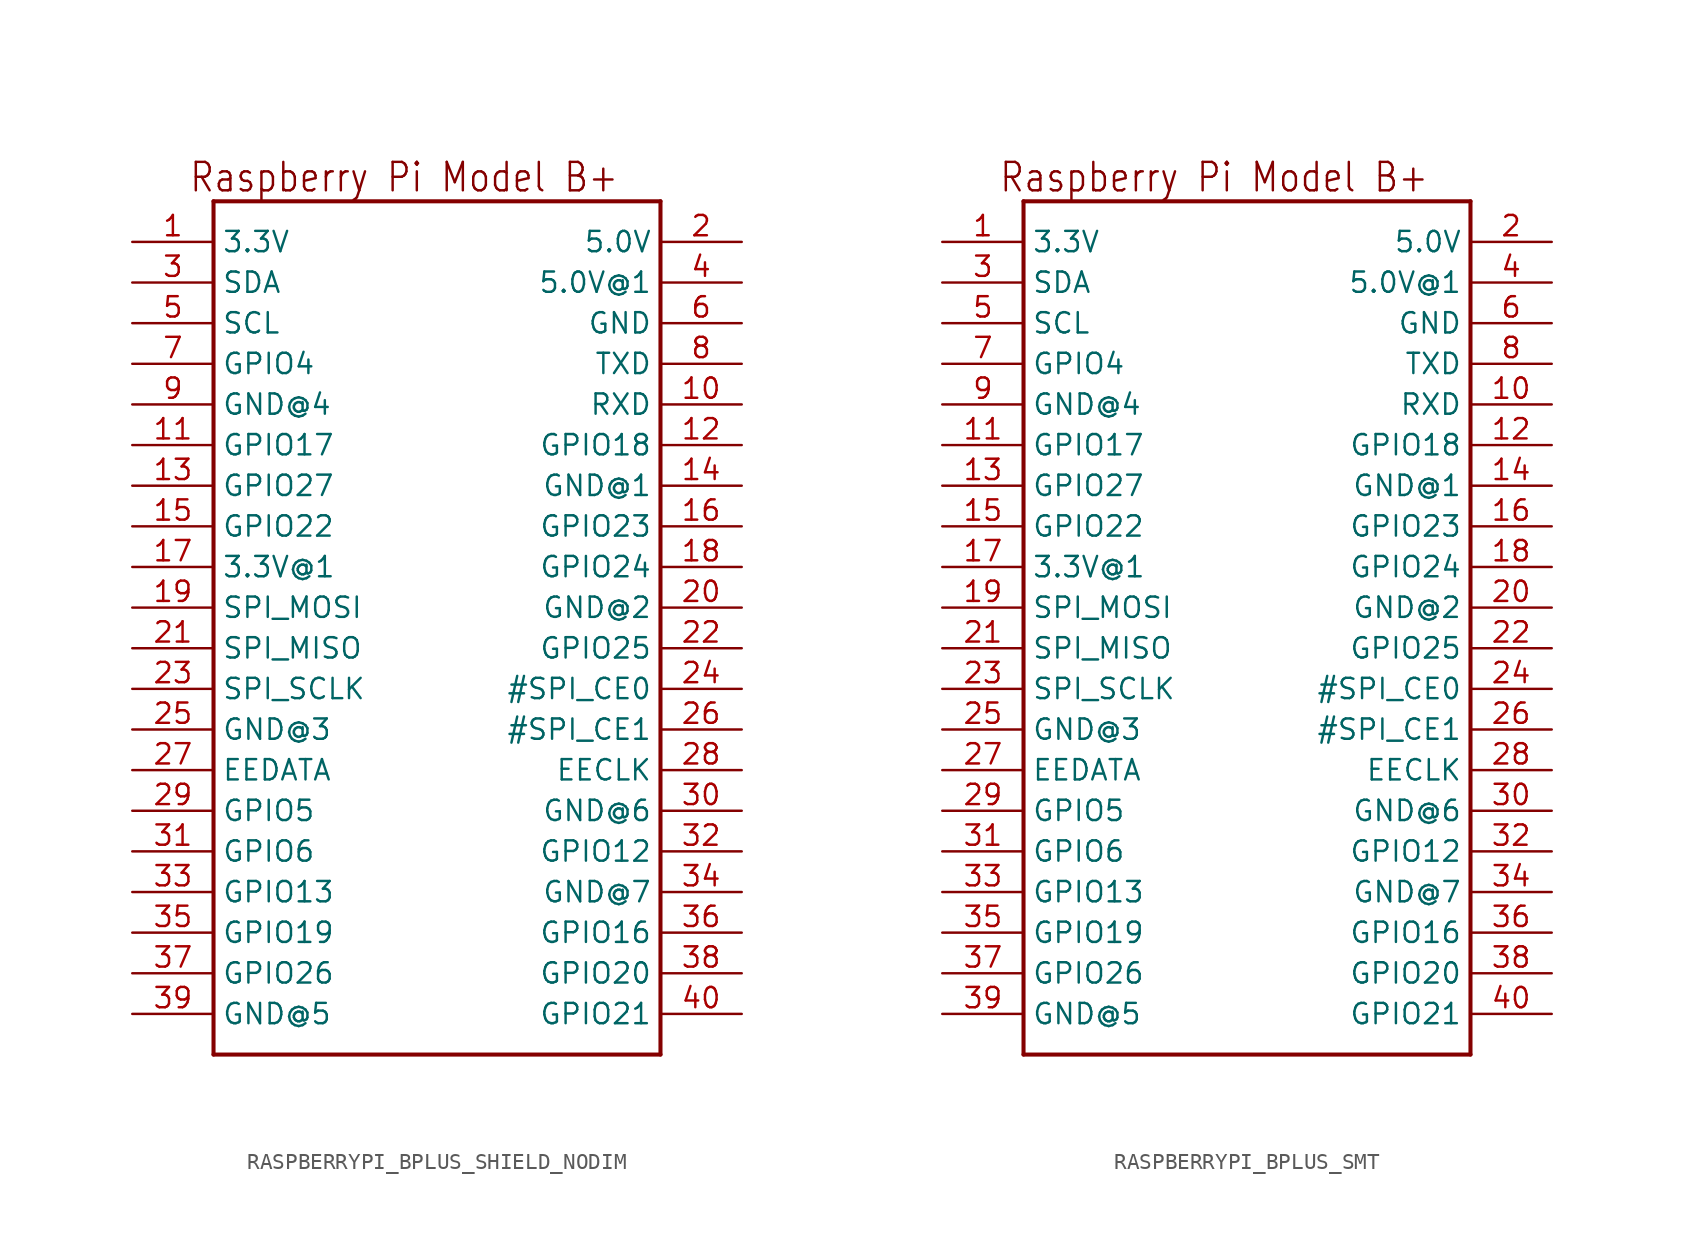
<source format=kicad_sym>
(kicad_symbol_lib
  (version 20231120)
  (generator "kicad_symbol_editor")
  (generator_version "8.0")
  (symbol "RASPBERRYPI_BPLUS_SHIELD_NODIM"
    (property "Reference" "RPI"
      (at 0 0 0)
      (effects (font (size 1.27 1.27)) (hide yes)))
    (property "ki_locked" ""
      (at 0 0 0)
      (effects (font (size 1.27 1.27))))
    (symbol "RASPBERRYPI_BPLUS_SHIELD_NODIM_1_0"
      (polyline (pts (xy -12.7 -30.48) (xy -12.7 22.86)) (stroke (width 0.254) (type solid)) (fill (type none)))
      (polyline (pts (xy -12.7 22.86) (xy 15.24 22.86)) (stroke (width 0.254) (type solid)) (fill (type none)))
      (polyline (pts (xy 15.24 -30.48) (xy -12.7 -30.48)) (stroke (width 0.254) (type solid)) (fill (type none)))
      (polyline (pts (xy 15.24 22.86) (xy 15.24 -30.48)) (stroke (width 0.254) (type solid)) (fill (type none)))
      (text "Raspberry Pi Model B+" (at 12.7 25.4 0) (effects (font (size 1.778 1.511)) (justify right top)))
      (pin power_in line (at -17.78 20.32 0) (length 5.08) (name "3.3V" (effects (font (size 1.27 1.27)))) (number "1" (effects (font (size 1.27 1.27)))))
      (pin bidirectional line (at 20.32 10.16 180) (length 5.08) (name "RXD" (effects (font (size 1.27 1.27)))) (number "10" (effects (font (size 1.27 1.27)))))
      (pin bidirectional line (at -17.78 7.62 0) (length 5.08) (name "GPIO17" (effects (font (size 1.27 1.27)))) (number "11" (effects (font (size 1.27 1.27)))))
      (pin bidirectional line (at 20.32 7.62 180) (length 5.08) (name "GPIO18" (effects (font (size 1.27 1.27)))) (number "12" (effects (font (size 1.27 1.27)))))
      (pin bidirectional line (at -17.78 5.08 0) (length 5.08) (name "GPIO27" (effects (font (size 1.27 1.27)))) (number "13" (effects (font (size 1.27 1.27)))))
      (pin power_in line (at 20.32 5.08 180) (length 5.08) (name "GND@1" (effects (font (size 1.27 1.27)))) (number "14" (effects (font (size 1.27 1.27)))))
      (pin bidirectional line (at -17.78 2.54 0) (length 5.08) (name "GPIO22" (effects (font (size 1.27 1.27)))) (number "15" (effects (font (size 1.27 1.27)))))
      (pin bidirectional line (at 20.32 2.54 180) (length 5.08) (name "GPIO23" (effects (font (size 1.27 1.27)))) (number "16" (effects (font (size 1.27 1.27)))))
      (pin power_in line (at -17.78 0 0) (length 5.08) (name "3.3V@1" (effects (font (size 1.27 1.27)))) (number "17" (effects (font (size 1.27 1.27)))))
      (pin bidirectional line (at 20.32 0 180) (length 5.08) (name "GPIO24" (effects (font (size 1.27 1.27)))) (number "18" (effects (font (size 1.27 1.27)))))
      (pin bidirectional line (at -17.78 -2.54 0) (length 5.08) (name "SPI_MOSI" (effects (font (size 1.27 1.27)))) (number "19" (effects (font (size 1.27 1.27)))))
      (pin power_in line (at 20.32 20.32 180) (length 5.08) (name "5.0V" (effects (font (size 1.27 1.27)))) (number "2" (effects (font (size 1.27 1.27)))))
      (pin power_in line (at 20.32 -2.54 180) (length 5.08) (name "GND@2" (effects (font (size 1.27 1.27)))) (number "20" (effects (font (size 1.27 1.27)))))
      (pin bidirectional line (at -17.78 -5.08 0) (length 5.08) (name "SPI_MISO" (effects (font (size 1.27 1.27)))) (number "21" (effects (font (size 1.27 1.27)))))
      (pin bidirectional line (at 20.32 -5.08 180) (length 5.08) (name "GPIO25" (effects (font (size 1.27 1.27)))) (number "22" (effects (font (size 1.27 1.27)))))
      (pin bidirectional line (at -17.78 -7.62 0) (length 5.08) (name "SPI_SCLK" (effects (font (size 1.27 1.27)))) (number "23" (effects (font (size 1.27 1.27)))))
      (pin bidirectional line (at 20.32 -7.62 180) (length 5.08) (name "#SPI_CE0" (effects (font (size 1.27 1.27)))) (number "24" (effects (font (size 1.27 1.27)))))
      (pin power_in line (at -17.78 -10.16 0) (length 5.08) (name "GND@3" (effects (font (size 1.27 1.27)))) (number "25" (effects (font (size 1.27 1.27)))))
      (pin bidirectional line (at 20.32 -10.16 180) (length 5.08) (name "#SPI_CE1" (effects (font (size 1.27 1.27)))) (number "26" (effects (font (size 1.27 1.27)))))
      (pin bidirectional line (at -17.78 -12.7 0) (length 5.08) (name "EEDATA" (effects (font (size 1.27 1.27)))) (number "27" (effects (font (size 1.27 1.27)))))
      (pin bidirectional line (at 20.32 -12.7 180) (length 5.08) (name "EECLK" (effects (font (size 1.27 1.27)))) (number "28" (effects (font (size 1.27 1.27)))))
      (pin bidirectional line (at -17.78 -15.24 0) (length 5.08) (name "GPIO5" (effects (font (size 1.27 1.27)))) (number "29" (effects (font (size 1.27 1.27)))))
      (pin bidirectional line (at -17.78 17.78 0) (length 5.08) (name "SDA" (effects (font (size 1.27 1.27)))) (number "3" (effects (font (size 1.27 1.27)))))
      (pin power_in line (at 20.32 -15.24 180) (length 5.08) (name "GND@6" (effects (font (size 1.27 1.27)))) (number "30" (effects (font (size 1.27 1.27)))))
      (pin bidirectional line (at -17.78 -17.78 0) (length 5.08) (name "GPIO6" (effects (font (size 1.27 1.27)))) (number "31" (effects (font (size 1.27 1.27)))))
      (pin bidirectional line (at 20.32 -17.78 180) (length 5.08) (name "GPIO12" (effects (font (size 1.27 1.27)))) (number "32" (effects (font (size 1.27 1.27)))))
      (pin bidirectional line (at -17.78 -20.32 0) (length 5.08) (name "GPIO13" (effects (font (size 1.27 1.27)))) (number "33" (effects (font (size 1.27 1.27)))))
      (pin power_in line (at 20.32 -20.32 180) (length 5.08) (name "GND@7" (effects (font (size 1.27 1.27)))) (number "34" (effects (font (size 1.27 1.27)))))
      (pin bidirectional line (at -17.78 -22.86 0) (length 5.08) (name "GPIO19" (effects (font (size 1.27 1.27)))) (number "35" (effects (font (size 1.27 1.27)))))
      (pin bidirectional line (at 20.32 -22.86 180) (length 5.08) (name "GPIO16" (effects (font (size 1.27 1.27)))) (number "36" (effects (font (size 1.27 1.27)))))
      (pin bidirectional line (at -17.78 -25.4 0) (length 5.08) (name "GPIO26" (effects (font (size 1.27 1.27)))) (number "37" (effects (font (size 1.27 1.27)))))
      (pin bidirectional line (at 20.32 -25.4 180) (length 5.08) (name "GPIO20" (effects (font (size 1.27 1.27)))) (number "38" (effects (font (size 1.27 1.27)))))
      (pin power_in line (at -17.78 -27.94 0) (length 5.08) (name "GND@5" (effects (font (size 1.27 1.27)))) (number "39" (effects (font (size 1.27 1.27)))))
      (pin power_in line (at 20.32 17.78 180) (length 5.08) (name "5.0V@1" (effects (font (size 1.27 1.27)))) (number "4" (effects (font (size 1.27 1.27)))))
      (pin bidirectional line (at 20.32 -27.94 180) (length 5.08) (name "GPIO21" (effects (font (size 1.27 1.27)))) (number "40" (effects (font (size 1.27 1.27)))))
      (pin bidirectional line (at -17.78 15.24 0) (length 5.08) (name "SCL" (effects (font (size 1.27 1.27)))) (number "5" (effects (font (size 1.27 1.27)))))
      (pin power_in line (at 20.32 15.24 180) (length 5.08) (name "GND" (effects (font (size 1.27 1.27)))) (number "6" (effects (font (size 1.27 1.27)))))
      (pin bidirectional line (at -17.78 12.7 0) (length 5.08) (name "GPIO4" (effects (font (size 1.27 1.27)))) (number "7" (effects (font (size 1.27 1.27)))))
      (pin bidirectional line (at 20.32 12.7 180) (length 5.08) (name "TXD" (effects (font (size 1.27 1.27)))) (number "8" (effects (font (size 1.27 1.27)))))
      (pin power_in line (at -17.78 10.16 0) (length 5.08) (name "GND@4" (effects (font (size 1.27 1.27)))) (number "9" (effects (font (size 1.27 1.27)))))))
  (symbol "RASPBERRYPI_BPLUS_SMT"
    (property "Reference" "RPI"
      (at 0 0 0)
      (effects (font (size 1.27 1.27)) (hide yes)))
    (property "ki_locked" ""
      (at 0 0 0)
      (effects (font (size 1.27 1.27))))
    (symbol "RASPBERRYPI_BPLUS_SMT_1_0"
      (polyline (pts (xy -12.7 -30.48) (xy -12.7 22.86)) (stroke (width 0.254) (type solid)) (fill (type none)))
      (polyline (pts (xy -12.7 22.86) (xy 15.24 22.86)) (stroke (width 0.254) (type solid)) (fill (type none)))
      (polyline (pts (xy 15.24 -30.48) (xy -12.7 -30.48)) (stroke (width 0.254) (type solid)) (fill (type none)))
      (polyline (pts (xy 15.24 22.86) (xy 15.24 -30.48)) (stroke (width 0.254) (type solid)) (fill (type none)))
      (text "Raspberry Pi Model B+" (at 12.7 25.4 0) (effects (font (size 1.778 1.511)) (justify right top)))
      (pin power_in line (at -17.78 20.32 0) (length 5.08) (name "3.3V" (effects (font (size 1.27 1.27)))) (number "1" (effects (font (size 1.27 1.27)))))
      (pin bidirectional line (at 20.32 10.16 180) (length 5.08) (name "RXD" (effects (font (size 1.27 1.27)))) (number "10" (effects (font (size 1.27 1.27)))))
      (pin bidirectional line (at -17.78 7.62 0) (length 5.08) (name "GPIO17" (effects (font (size 1.27 1.27)))) (number "11" (effects (font (size 1.27 1.27)))))
      (pin bidirectional line (at 20.32 7.62 180) (length 5.08) (name "GPIO18" (effects (font (size 1.27 1.27)))) (number "12" (effects (font (size 1.27 1.27)))))
      (pin bidirectional line (at -17.78 5.08 0) (length 5.08) (name "GPIO27" (effects (font (size 1.27 1.27)))) (number "13" (effects (font (size 1.27 1.27)))))
      (pin power_in line (at 20.32 5.08 180) (length 5.08) (name "GND@1" (effects (font (size 1.27 1.27)))) (number "14" (effects (font (size 1.27 1.27)))))
      (pin bidirectional line (at -17.78 2.54 0) (length 5.08) (name "GPIO22" (effects (font (size 1.27 1.27)))) (number "15" (effects (font (size 1.27 1.27)))))
      (pin bidirectional line (at 20.32 2.54 180) (length 5.08) (name "GPIO23" (effects (font (size 1.27 1.27)))) (number "16" (effects (font (size 1.27 1.27)))))
      (pin power_in line (at -17.78 0 0) (length 5.08) (name "3.3V@1" (effects (font (size 1.27 1.27)))) (number "17" (effects (font (size 1.27 1.27)))))
      (pin bidirectional line (at 20.32 0 180) (length 5.08) (name "GPIO24" (effects (font (size 1.27 1.27)))) (number "18" (effects (font (size 1.27 1.27)))))
      (pin bidirectional line (at -17.78 -2.54 0) (length 5.08) (name "SPI_MOSI" (effects (font (size 1.27 1.27)))) (number "19" (effects (font (size 1.27 1.27)))))
      (pin power_in line (at 20.32 20.32 180) (length 5.08) (name "5.0V" (effects (font (size 1.27 1.27)))) (number "2" (effects (font (size 1.27 1.27)))))
      (pin power_in line (at 20.32 -2.54 180) (length 5.08) (name "GND@2" (effects (font (size 1.27 1.27)))) (number "20" (effects (font (size 1.27 1.27)))))
      (pin bidirectional line (at -17.78 -5.08 0) (length 5.08) (name "SPI_MISO" (effects (font (size 1.27 1.27)))) (number "21" (effects (font (size 1.27 1.27)))))
      (pin bidirectional line (at 20.32 -5.08 180) (length 5.08) (name "GPIO25" (effects (font (size 1.27 1.27)))) (number "22" (effects (font (size 1.27 1.27)))))
      (pin bidirectional line (at -17.78 -7.62 0) (length 5.08) (name "SPI_SCLK" (effects (font (size 1.27 1.27)))) (number "23" (effects (font (size 1.27 1.27)))))
      (pin bidirectional line (at 20.32 -7.62 180) (length 5.08) (name "#SPI_CE0" (effects (font (size 1.27 1.27)))) (number "24" (effects (font (size 1.27 1.27)))))
      (pin power_in line (at -17.78 -10.16 0) (length 5.08) (name "GND@3" (effects (font (size 1.27 1.27)))) (number "25" (effects (font (size 1.27 1.27)))))
      (pin bidirectional line (at 20.32 -10.16 180) (length 5.08) (name "#SPI_CE1" (effects (font (size 1.27 1.27)))) (number "26" (effects (font (size 1.27 1.27)))))
      (pin bidirectional line (at -17.78 -12.7 0) (length 5.08) (name "EEDATA" (effects (font (size 1.27 1.27)))) (number "27" (effects (font (size 1.27 1.27)))))
      (pin bidirectional line (at 20.32 -12.7 180) (length 5.08) (name "EECLK" (effects (font (size 1.27 1.27)))) (number "28" (effects (font (size 1.27 1.27)))))
      (pin bidirectional line (at -17.78 -15.24 0) (length 5.08) (name "GPIO5" (effects (font (size 1.27 1.27)))) (number "29" (effects (font (size 1.27 1.27)))))
      (pin bidirectional line (at -17.78 17.78 0) (length 5.08) (name "SDA" (effects (font (size 1.27 1.27)))) (number "3" (effects (font (size 1.27 1.27)))))
      (pin power_in line (at 20.32 -15.24 180) (length 5.08) (name "GND@6" (effects (font (size 1.27 1.27)))) (number "30" (effects (font (size 1.27 1.27)))))
      (pin bidirectional line (at -17.78 -17.78 0) (length 5.08) (name "GPIO6" (effects (font (size 1.27 1.27)))) (number "31" (effects (font (size 1.27 1.27)))))
      (pin bidirectional line (at 20.32 -17.78 180) (length 5.08) (name "GPIO12" (effects (font (size 1.27 1.27)))) (number "32" (effects (font (size 1.27 1.27)))))
      (pin bidirectional line (at -17.78 -20.32 0) (length 5.08) (name "GPIO13" (effects (font (size 1.27 1.27)))) (number "33" (effects (font (size 1.27 1.27)))))
      (pin power_in line (at 20.32 -20.32 180) (length 5.08) (name "GND@7" (effects (font (size 1.27 1.27)))) (number "34" (effects (font (size 1.27 1.27)))))
      (pin bidirectional line (at -17.78 -22.86 0) (length 5.08) (name "GPIO19" (effects (font (size 1.27 1.27)))) (number "35" (effects (font (size 1.27 1.27)))))
      (pin bidirectional line (at 20.32 -22.86 180) (length 5.08) (name "GPIO16" (effects (font (size 1.27 1.27)))) (number "36" (effects (font (size 1.27 1.27)))))
      (pin bidirectional line (at -17.78 -25.4 0) (length 5.08) (name "GPIO26" (effects (font (size 1.27 1.27)))) (number "37" (effects (font (size 1.27 1.27)))))
      (pin bidirectional line (at 20.32 -25.4 180) (length 5.08) (name "GPIO20" (effects (font (size 1.27 1.27)))) (number "38" (effects (font (size 1.27 1.27)))))
      (pin power_in line (at -17.78 -27.94 0) (length 5.08) (name "GND@5" (effects (font (size 1.27 1.27)))) (number "39" (effects (font (size 1.27 1.27)))))
      (pin power_in line (at 20.32 17.78 180) (length 5.08) (name "5.0V@1" (effects (font (size 1.27 1.27)))) (number "4" (effects (font (size 1.27 1.27)))))
      (pin bidirectional line (at 20.32 -27.94 180) (length 5.08) (name "GPIO21" (effects (font (size 1.27 1.27)))) (number "40" (effects (font (size 1.27 1.27)))))
      (pin bidirectional line (at -17.78 15.24 0) (length 5.08) (name "SCL" (effects (font (size 1.27 1.27)))) (number "5" (effects (font (size 1.27 1.27)))))
      (pin power_in line (at 20.32 15.24 180) (length 5.08) (name "GND" (effects (font (size 1.27 1.27)))) (number "6" (effects (font (size 1.27 1.27)))))
      (pin bidirectional line (at -17.78 12.7 0) (length 5.08) (name "GPIO4" (effects (font (size 1.27 1.27)))) (number "7" (effects (font (size 1.27 1.27)))))
      (pin bidirectional line (at 20.32 12.7 180) (length 5.08) (name "TXD" (effects (font (size 1.27 1.27)))) (number "8" (effects (font (size 1.27 1.27)))))
      (pin power_in line (at -17.78 10.16 0) (length 5.08) (name "GND@4" (effects (font (size 1.27 1.27)))) (number "9" (effects (font (size 1.27 1.27))))))))
</source>
